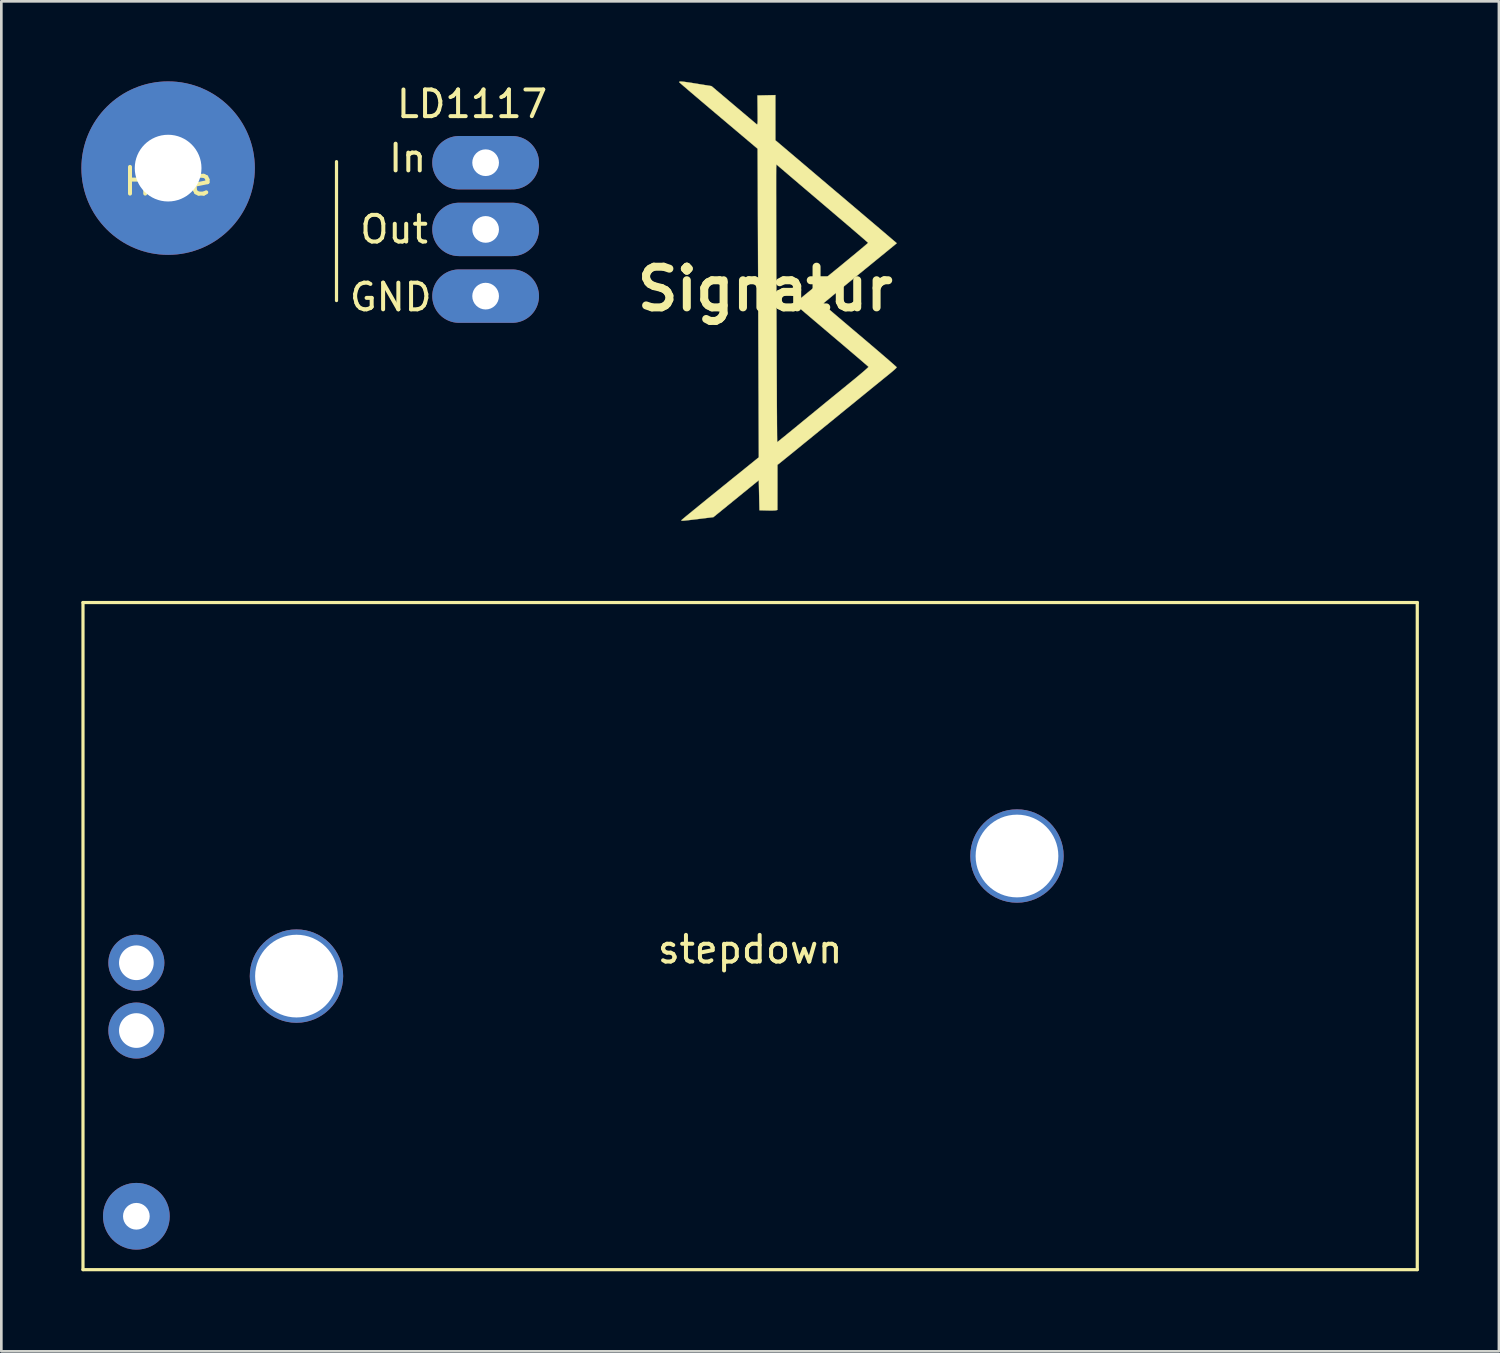
<source format=kicad_pcb>
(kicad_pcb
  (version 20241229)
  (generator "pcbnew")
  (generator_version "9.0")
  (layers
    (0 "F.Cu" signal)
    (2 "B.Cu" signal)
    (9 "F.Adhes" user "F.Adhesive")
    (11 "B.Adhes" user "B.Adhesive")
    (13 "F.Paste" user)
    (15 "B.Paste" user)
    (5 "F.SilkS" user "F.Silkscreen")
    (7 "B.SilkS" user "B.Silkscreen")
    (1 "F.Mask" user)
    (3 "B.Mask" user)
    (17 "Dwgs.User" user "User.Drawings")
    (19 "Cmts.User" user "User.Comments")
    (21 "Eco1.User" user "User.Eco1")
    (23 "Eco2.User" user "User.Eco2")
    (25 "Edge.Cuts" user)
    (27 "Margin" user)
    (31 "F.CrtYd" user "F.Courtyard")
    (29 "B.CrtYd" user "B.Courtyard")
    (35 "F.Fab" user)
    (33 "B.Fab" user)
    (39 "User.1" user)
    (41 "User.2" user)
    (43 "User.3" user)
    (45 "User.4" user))
  (footprint "stepdown"
    (layer "F.Cu")
    (at 25.06 32.028)
    (property "Reference" "stepdown" (at 0 0.5 0) (layer "F.SilkS") (effects (font (size 1 1) (thickness 0.15))))
    (attr through_hole)
    (fp_line (start -25 -12.5) (end 25 -12.5) (stroke (width 0.12) (type solid)) (layer "F.SilkS"))
    (fp_line (start -25 12.5) (end -25 -12.5) (stroke (width 0.12) (type solid)) (layer "F.SilkS"))
    (fp_line (start 25 12.5) (end -25 12.5) (stroke (width 0.12) (type solid)) (layer "F.SilkS"))
    (fp_line (start 25 12.5) (end 25 -12.5) (stroke (width 0.12) (type solid)) (layer "F.SilkS"))
    (pad "1" thru_hole circle (at -23 1) (size 2.1 2.1) (drill 1.3) (layers "*.Cu" "*.Mask"))
    (pad "2" thru_hole circle (at -23 3.54) (size 2.1 2.1) (drill 1.3) (layers "*.Cu" "*.Mask"))
    (pad "3" thru_hole circle (at -23 10.5) (size 2.5 2.5) (drill 1) (layers "*.Cu" "*.Mask"))
    (pad "4" thru_hole circle (at -17 1.5) (size 3.5 3.5) (drill 3.1) (layers "*.Cu" "*.Mask"))
    (pad "5" thru_hole circle (at 10 -3) (size 3.5 3.5) (drill 3.1) (layers "*.Cu" "*.Mask")))
  (footprint "LD1117"
    (layer "F.Cu")
    (at 15.148 5.547)
    (property "Reference" "LD1117" (at -0.508 -4.699 0) (layer "F.SilkS") (effects (font (size 1 1) (thickness 0.15))))
    (attr through_hole)
    (fp_line (start -5.588 -2.54) (end -5.588 2.667) (stroke (width 0.12) (type solid)) (layer "F.SilkS"))
    (fp_text user "In" (at -2.921 -2.667 0) (layer "F.SilkS") (effects (font (size 1 1) (thickness 0.15))))
    (fp_text user "GND" (at -3.556 2.54 0) (layer "F.SilkS") (effects (font (size 1 1) (thickness 0.15))))
    (fp_text user "Out" (at -3.429 0 0) (layer "F.SilkS") (effects (font (size 1 1) (thickness 0.15))))
    (pad "1" thru_hole oval (at 0 2.5) (size 4 2) (drill 1) (layers "*.Cu" "*.Mask"))
    (pad "2" thru_hole oval (at 0 0) (size 4 2) (drill 1) (layers "*.Cu" "*.Mask"))
    (pad "3" thru_hole oval (at 0 -2.5) (size 4 2) (drill 1) (layers "*.Cu" "*.Mask")))
  (footprint "Hole"
    (layer "F.Cu")
    (at 3.25 3.25)
    (property "Reference" "Hole" (at 0 0.5 0) (layer "F.SilkS") (effects (font (size 1 1) (thickness 0.15))))
    (attr through_hole)
    (pad "1" thru_hole circle (at 0 0) (size 6.5 6.5) (drill 2.5) (layers "*.Cu" "*.Mask")))
  (footprint "Signatur"
    (layer "F.Cu")
    (at 25.626 7.779)
    (property "Reference" "Signatur" (at 0 0 0) (layer "F.SilkS") (effects (font (size 1.524 1.524) (thickness 0.3))))
    (attr through_hole)
    (fp_poly (pts (xy -3.076 -7.768) (xy -2.969 -7.754) (xy -2.823 -7.733) (xy -2.634 -7.703) (xy -2.586 -7.695) (xy -2.011 -7.601) (xy -1.189 -6.905) (xy -1.013 -6.756) (xy -0.848 -6.617) (xy -0.698 -6.49) (xy -0.567 -6.38) (xy -0.46 -6.289) (xy -0.381 -6.223) (xy -0.334 -6.184) (xy -0.324 -6.176) (xy -0.31 -6.167) (xy -0.299 -6.171) (xy -0.291 -6.192) (xy -0.287 -6.238) (xy -0.284 -6.313) (xy -0.284 -6.424) (xy -0.285 -6.576) (xy -0.286 -6.696) (xy -0.292 -7.252) (xy 0.044 -7.259) (xy 0.381 -7.266) (xy 0.381 -5.573) (xy 2.654 -3.646) (xy 2.948 -3.398) (xy 3.23 -3.158) (xy 3.499 -2.93) (xy 3.752 -2.715) (xy 3.987 -2.516) (xy 4.202 -2.334) (xy 4.393 -2.171) (xy 4.559 -2.03) (xy 4.697 -1.912) (xy 4.805 -1.82) (xy 4.881 -1.756) (xy 4.921 -1.721) (xy 4.928 -1.715) (xy 4.908 -1.698) (xy 4.853 -1.652) (xy 4.764 -1.579) (xy 4.646 -1.482) (xy 4.5 -1.363) (xy 4.331 -1.225) (xy 4.142 -1.071) (xy 3.935 -0.902) (xy 3.714 -0.722) (xy 3.543 -0.583) (xy 3.314 -0.396) (xy 3.096 -0.218) (xy 2.893 -0.053) (xy 2.708 0.099) (xy 2.545 0.233) (xy 2.407 0.348) (xy 2.296 0.44) (xy 2.216 0.507) (xy 2.169 0.547) (xy 2.159 0.557) (xy 2.178 0.576) (xy 2.233 0.624) (xy 2.32 0.7) (xy 2.437 0.801) (xy 2.58 0.924) (xy 2.747 1.066) (xy 2.935 1.226) (xy 3.139 1.399) (xy 3.358 1.585) (xy 3.542 1.74) (xy 3.77 1.933) (xy 3.986 2.117) (xy 4.188 2.289) (xy 4.371 2.446) (xy 4.534 2.586) (xy 4.673 2.707) (xy 4.784 2.804) (xy 4.866 2.877) (xy 4.914 2.921) (xy 4.926 2.935) (xy 4.908 2.96) (xy 4.857 3.01) (xy 4.779 3.078) (xy 4.683 3.158) (xy 4.642 3.192) (xy 4.578 3.244) (xy 4.478 3.324) (xy 4.346 3.432) (xy 4.185 3.562) (xy 3.999 3.713) (xy 3.792 3.882) (xy 3.566 4.066) (xy 3.326 4.262) (xy 3.074 4.466) (xy 2.815 4.677) (xy 2.68 4.788) (xy 2.419 5.001) (xy 2.164 5.208) (xy 1.918 5.408) (xy 1.686 5.598) (xy 1.469 5.773) (xy 1.273 5.933) (xy 1.101 6.073) (xy 0.955 6.191) (xy 0.84 6.285) (xy 0.758 6.35) (xy 0.731 6.373) (xy 0.458 6.591) (xy 0.458 7.435) (xy 0.457 8.279) (xy 0.4 8.294) (xy 0.352 8.299) (xy 0.266 8.302) (xy 0.156 8.302) (xy 0.064 8.3) (xy -0.216 8.293) (xy -0.229 7.73) (xy -0.241 7.166) (xy -1.943 8.55) (xy -2.502 8.619) (xy -2.701 8.643) (xy -2.855 8.661) (xy -2.97 8.674) (xy -3.051 8.682) (xy -3.102 8.684) (xy -3.131 8.682) (xy -3.142 8.677) (xy -3.14 8.667) (xy -3.139 8.664) (xy -3.116 8.643) (xy -3.057 8.593) (xy -2.96 8.512) (xy -2.825 8.401) (xy -2.652 8.26) (xy -2.441 8.088) (xy -2.192 7.885) (xy -1.903 7.652) (xy -1.576 7.387) (xy -1.21 7.09) (xy -0.914 6.852) (xy -0.241 6.308) (xy -0.247 4.786) (xy -0.248 4.587) (xy -0.248 4.342) (xy -0.249 4.054) (xy -0.251 3.727) (xy -0.252 3.365) (xy -0.254 2.973) (xy -0.255 2.554) (xy -0.257 2.113) (xy -0.259 1.653) (xy -0.26 1.179) (xy -0.262 0.694) (xy -0.264 0.203) (xy -0.266 -0.291) (xy -0.268 -0.782) (xy -0.269 -0.996) (xy -0.28 -3.879) (xy 0.408 -3.879) (xy 0.408 -3.632) (xy 0.409 -3.353) (xy 0.409 -3.045) (xy 0.41 -2.71) (xy 0.411 -2.352) (xy 0.412 -1.973) (xy 0.413 -1.576) (xy 0.414 -1.165) (xy 0.415 -0.741) (xy 0.417 -0.309) (xy 0.418 0.13) (xy 0.42 0.571) (xy 0.421 1.013) (xy 0.423 1.452) (xy 0.425 1.886) (xy 0.426 2.311) (xy 0.428 2.725) (xy 0.43 3.124) (xy 0.432 3.506) (xy 0.434 3.868) (xy 0.435 4.207) (xy 0.437 4.519) (xy 0.439 4.803) (xy 0.44 5.055) (xy 0.442 5.272) (xy 0.443 5.451) (xy 0.445 5.59) (xy 0.446 5.685) (xy 0.447 5.734) (xy 0.448 5.74) (xy 0.469 5.725) (xy 0.525 5.68) (xy 0.613 5.609) (xy 0.73 5.515) (xy 0.87 5.4) (xy 1.031 5.269) (xy 1.209 5.123) (xy 1.4 4.966) (xy 1.455 4.921) (xy 1.682 4.735) (xy 1.924 4.537) (xy 2.172 4.333) (xy 2.419 4.131) (xy 2.656 3.938) (xy 2.876 3.759) (xy 3.069 3.601) (xy 3.168 3.52) (xy 3.332 3.387) (xy 3.481 3.263) (xy 3.613 3.152) (xy 3.722 3.059) (xy 3.804 2.986) (xy 3.855 2.938) (xy 3.871 2.918) (xy 3.85 2.898) (xy 3.794 2.849) (xy 3.704 2.772) (xy 3.586 2.67) (xy 3.441 2.546) (xy 3.272 2.402) (xy 3.084 2.242) (xy 2.879 2.067) (xy 2.659 1.881) (xy 2.475 1.725) (xy 2.248 1.532) (xy 2.032 1.349) (xy 1.83 1.178) (xy 1.647 1.022) (xy 1.484 0.884) (xy 1.346 0.766) (xy 1.234 0.67) (xy 1.153 0.601) (xy 1.105 0.559) (xy 1.092 0.547) (xy 1.111 0.531) (xy 1.167 0.485) (xy 1.255 0.412) (xy 1.374 0.314) (xy 1.519 0.195) (xy 1.688 0.057) (xy 1.878 -0.097) (xy 2.085 -0.266) (xy 2.306 -0.446) (xy 2.477 -0.585) (xy 2.707 -0.772) (xy 2.924 -0.95) (xy 3.126 -1.117) (xy 3.31 -1.268) (xy 3.473 -1.403) (xy 3.611 -1.518) (xy 3.721 -1.611) (xy 3.8 -1.679) (xy 3.845 -1.719) (xy 3.855 -1.73) (xy 3.835 -1.749) (xy 3.779 -1.798) (xy 3.691 -1.875) (xy 3.574 -1.976) (xy 3.431 -2.099) (xy 3.265 -2.242) (xy 3.08 -2.4) (xy 2.878 -2.572) (xy 2.663 -2.755) (xy 2.553 -2.849) (xy 2.318 -3.049) (xy 2.084 -3.248) (xy 1.855 -3.443) (xy 1.635 -3.63) (xy 1.43 -3.804) (xy 1.245 -3.962) (xy 1.083 -4.1) (xy 0.95 -4.213) (xy 0.851 -4.298) (xy 0.838 -4.309) (xy 0.419 -4.667) (xy 0.41 -4.524) (xy 0.41 -4.483) (xy 0.409 -4.395) (xy 0.408 -4.263) (xy 0.408 -4.09) (xy 0.408 -3.879) (xy -0.28 -3.879) (xy -0.286 -5.255) (xy -1.754 -6.495) (xy -1.989 -6.693) (xy -2.213 -6.883) (xy -2.422 -7.06) (xy -2.613 -7.223) (xy -2.784 -7.368) (xy -2.931 -7.494) (xy -3.052 -7.598) (xy -3.143 -7.677) (xy -3.201 -7.728) (xy -3.224 -7.75) (xy -3.224 -7.751) (xy -3.219 -7.765) (xy -3.196 -7.773) (xy -3.15 -7.774) (xy -3.076 -7.768)) (stroke (width 0.01) (type solid)) (fill yes) (layer "F.SilkS")))
  (gr_rect
    (start -3 -3)
    (end 53.12 47.588)
    (stroke (width 0.1) (type default))
    (fill no)
    (layer "Edge.Cuts")))
</source>
